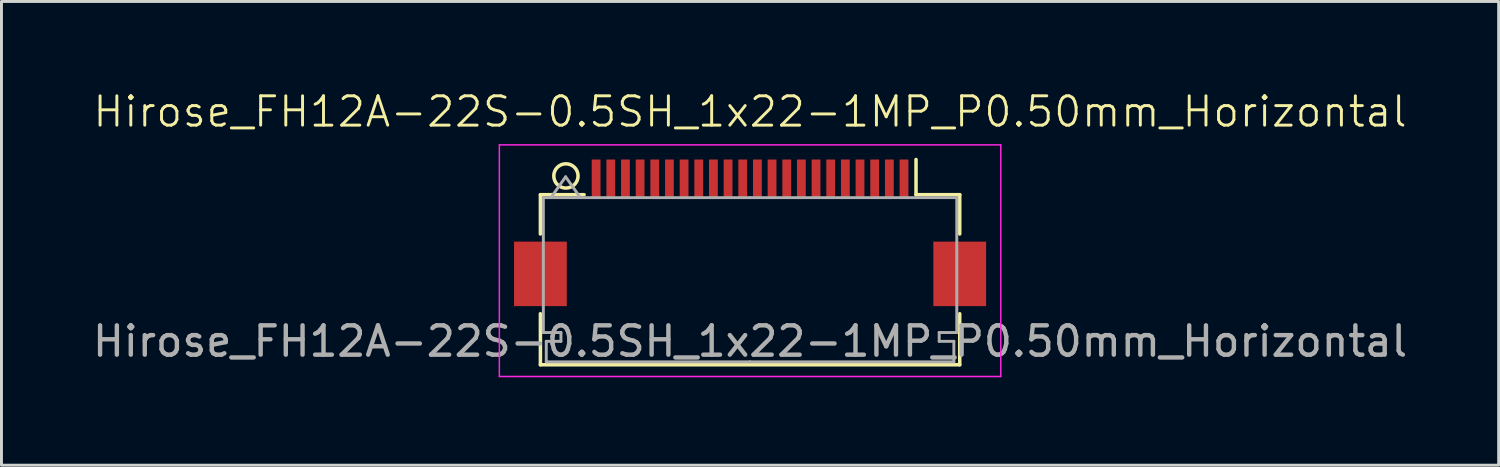
<source format=kicad_pcb>
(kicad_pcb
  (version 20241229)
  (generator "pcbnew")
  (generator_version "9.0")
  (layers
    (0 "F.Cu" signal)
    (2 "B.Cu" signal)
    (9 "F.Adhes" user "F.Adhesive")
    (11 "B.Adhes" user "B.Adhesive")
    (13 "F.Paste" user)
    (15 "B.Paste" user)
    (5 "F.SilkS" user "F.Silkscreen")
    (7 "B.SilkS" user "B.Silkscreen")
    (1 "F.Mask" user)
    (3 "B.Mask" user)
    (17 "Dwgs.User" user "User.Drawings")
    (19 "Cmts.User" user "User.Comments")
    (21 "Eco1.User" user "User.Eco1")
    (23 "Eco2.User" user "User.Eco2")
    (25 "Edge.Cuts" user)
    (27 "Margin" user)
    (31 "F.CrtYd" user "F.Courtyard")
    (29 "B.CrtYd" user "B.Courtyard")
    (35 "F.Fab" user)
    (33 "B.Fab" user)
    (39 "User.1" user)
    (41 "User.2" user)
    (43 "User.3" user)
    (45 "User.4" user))
  (footprint "Hirose_FH12A-22S-0.5SH_1x22-1MP_P0.50mm_Horizontal"
    (layer "F.Cu")
    (at 22.53 5.84)
    (property "Reference" "Hirose_FH12A-22S-0.5SH_1x22-1MP_P0.50mm_Horizontal" (at 0 -5.08 0) (unlocked yes) (layer "F.SilkS") (effects (font (size 1 1) (thickness 0.1))))
    (attr smd)
    (fp_line (start -7.15 -2.25) (end -7.15 -0.91) (stroke (width 0.12) (type solid)) (layer "F.SilkS"))
    (fp_line (start -7.15 1.81) (end -7.15 3.55) (stroke (width 0.12) (type solid)) (layer "F.SilkS"))
    (fp_line (start -7.15 3.55) (end 7.15 3.55) (stroke (width 0.12) (type solid)) (layer "F.SilkS"))
    (fp_line (start -5.66 -2.25) (end -7.15 -2.25) (stroke (width 0.12) (type solid)) (layer "F.SilkS"))
    (fp_line (start 5.66 -2.25) (end 5.66 -3.45) (stroke (width 0.12) (type solid)) (layer "F.SilkS"))
    (fp_line (start 5.66 -2.25) (end 7.15 -2.25) (stroke (width 0.12) (type solid)) (layer "F.SilkS"))
    (fp_line (start 7.15 -2.25) (end 7.15 -0.91) (stroke (width 0.12) (type solid)) (layer "F.SilkS"))
    (fp_line (start 7.15 3.55) (end 7.15 1.81) (stroke (width 0.12) (type solid)) (layer "F.SilkS"))
    (fp_circle (center -6.28 -2.89) (end -5.95 -2.64) (stroke (width 0.12) (type solid)) (fill no) (layer "F.SilkS"))
    (fp_line (start -8.55 -3.95) (end -8.55 3.95) (stroke (width 0.05) (type solid)) (layer "F.CrtYd"))
    (fp_line (start -8.55 3.95) (end 8.55 3.95) (stroke (width 0.05) (type solid)) (layer "F.CrtYd"))
    (fp_line (start 8.55 -3.95) (end -8.55 -3.95) (stroke (width 0.05) (type solid)) (layer "F.CrtYd"))
    (fp_line (start 8.55 3.95) (end 8.55 -3.95) (stroke (width 0.05) (type solid)) (layer "F.CrtYd"))
    (fp_line (start -7.05 -2.15) (end -7.05 2.45) (stroke (width 0.1) (type solid)) (layer "F.Fab"))
    (fp_line (start -7.05 2.45) (end -6.45 2.45) (stroke (width 0.1) (type solid)) (layer "F.Fab"))
    (fp_line (start -6.95 2.75) (end -6.95 3.45) (stroke (width 0.1) (type solid)) (layer "F.Fab"))
    (fp_line (start -6.95 3.45) (end 0 3.45) (stroke (width 0.1) (type solid)) (layer "F.Fab"))
    (fp_line (start -6.45 2.45) (end -6.45 2.75) (stroke (width 0.1) (type solid)) (layer "F.Fab"))
    (fp_line (start -6.45 2.75) (end -6.95 2.75) (stroke (width 0.1) (type solid)) (layer "F.Fab"))
    (fp_line (start -6.29 -2.86) (end -6.79 -2.153) (stroke (width 0.1) (type solid)) (layer "F.Fab"))
    (fp_line (start -5.79 -2.153) (end -6.29 -2.86) (stroke (width 0.1) (type solid)) (layer "F.Fab"))
    (fp_line (start 0 -2.15) (end -7.05 -2.15) (stroke (width 0.1) (type solid)) (layer "F.Fab"))
    (fp_line (start 0 -2.15) (end 7.05 -2.15) (stroke (width 0.1) (type solid)) (layer "F.Fab"))
    (fp_line (start 6.45 2.45) (end 6.45 2.75) (stroke (width 0.1) (type solid)) (layer "F.Fab"))
    (fp_line (start 6.45 2.75) (end 6.95 2.75) (stroke (width 0.1) (type solid)) (layer "F.Fab"))
    (fp_line (start 6.95 2.75) (end 6.95 3.45) (stroke (width 0.1) (type solid)) (layer "F.Fab"))
    (fp_line (start 6.95 3.45) (end 0 3.45) (stroke (width 0.1) (type solid)) (layer "F.Fab"))
    (fp_line (start 7.05 -2.15) (end 7.05 2.45) (stroke (width 0.1) (type solid)) (layer "F.Fab"))
    (fp_line (start 7.05 2.45) (end 6.45 2.45) (stroke (width 0.1) (type solid)) (layer "F.Fab"))
    (fp_text user "${REFERENCE}" (at 0 2.75 180) (layer "F.Fab") (effects (font (size 1 1) (thickness 0.15))))
    (pad "1" smd rect (at -5.25 -2.8) (size 0.3 1.3) (layers "F.Cu" "F.Mask" "F.Paste"))
    (pad "2" smd rect (at -4.75 -2.8) (size 0.3 1.3) (layers "F.Cu" "F.Mask" "F.Paste"))
    (pad "3" smd rect (at -4.25 -2.8) (size 0.3 1.3) (layers "F.Cu" "F.Mask" "F.Paste"))
    (pad "4" smd rect (at -3.75 -2.8) (size 0.3 1.3) (layers "F.Cu" "F.Mask" "F.Paste"))
    (pad "5" smd rect (at -3.25 -2.8) (size 0.3 1.3) (layers "F.Cu" "F.Mask" "F.Paste"))
    (pad "6" smd rect (at -2.75 -2.8) (size 0.3 1.3) (layers "F.Cu" "F.Mask" "F.Paste"))
    (pad "7" smd rect (at -2.25 -2.8) (size 0.3 1.3) (layers "F.Cu" "F.Mask" "F.Paste"))
    (pad "8" smd rect (at -1.75 -2.8) (size 0.3 1.3) (layers "F.Cu" "F.Mask" "F.Paste"))
    (pad "9" smd rect (at -1.25 -2.8) (size 0.3 1.3) (layers "F.Cu" "F.Mask" "F.Paste"))
    (pad "10" smd rect (at -0.75 -2.8) (size 0.3 1.3) (layers "F.Cu" "F.Mask" "F.Paste"))
    (pad "11" smd rect (at -0.25 -2.8) (size 0.3 1.3) (layers "F.Cu" "F.Mask" "F.Paste"))
    (pad "12" smd rect (at 0.25 -2.8) (size 0.3 1.3) (layers "F.Cu" "F.Mask" "F.Paste"))
    (pad "13" smd rect (at 0.75 -2.8) (size 0.3 1.3) (layers "F.Cu" "F.Mask" "F.Paste"))
    (pad "14" smd rect (at 1.25 -2.8) (size 0.3 1.3) (layers "F.Cu" "F.Mask" "F.Paste"))
    (pad "15" smd rect (at 1.75 -2.8) (size 0.3 1.3) (layers "F.Cu" "F.Mask" "F.Paste"))
    (pad "16" smd rect (at 2.25 -2.8) (size 0.3 1.3) (layers "F.Cu" "F.Mask" "F.Paste"))
    (pad "17" smd rect (at 2.75 -2.8) (size 0.3 1.3) (layers "F.Cu" "F.Mask" "F.Paste"))
    (pad "18" smd rect (at 3.25 -2.8) (size 0.3 1.3) (layers "F.Cu" "F.Mask" "F.Paste"))
    (pad "19" smd rect (at 3.75 -2.8) (size 0.3 1.3) (layers "F.Cu" "F.Mask" "F.Paste"))
    (pad "20" smd rect (at 4.25 -2.8) (size 0.3 1.3) (layers "F.Cu" "F.Mask" "F.Paste"))
    (pad "21" smd rect (at 4.75 -2.8) (size 0.3 1.3) (layers "F.Cu" "F.Mask" "F.Paste"))
    (pad "22" smd rect (at 5.25 -2.8) (size 0.3 1.3) (layers "F.Cu" "F.Mask" "F.Paste"))
    (pad "MP" smd rect (at -7.15 0.45) (size 1.8 2.2) (layers "F.Cu" "F.Mask" "F.Paste"))
    (pad "MP" smd rect (at 7.15 0.45) (size 1.8 2.2) (layers "F.Cu" "F.Mask" "F.Paste")))
  (gr_rect
    (start -3 -3)
    (end 48.06 12.816)
    (stroke (width 0.1) (type default))
    (fill no)
    (layer "Edge.Cuts")))
</source>
